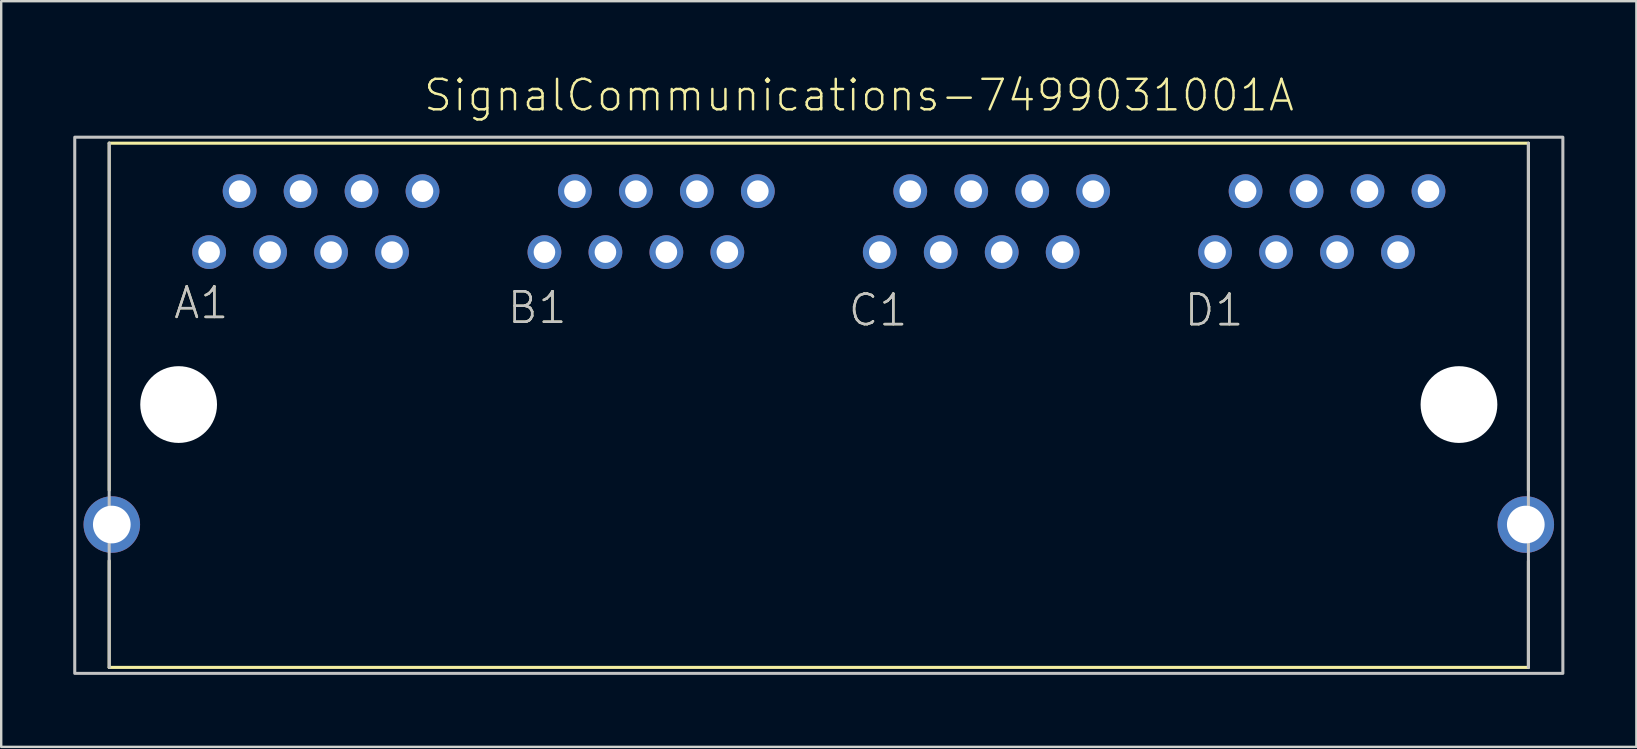
<source format=kicad_pcb>
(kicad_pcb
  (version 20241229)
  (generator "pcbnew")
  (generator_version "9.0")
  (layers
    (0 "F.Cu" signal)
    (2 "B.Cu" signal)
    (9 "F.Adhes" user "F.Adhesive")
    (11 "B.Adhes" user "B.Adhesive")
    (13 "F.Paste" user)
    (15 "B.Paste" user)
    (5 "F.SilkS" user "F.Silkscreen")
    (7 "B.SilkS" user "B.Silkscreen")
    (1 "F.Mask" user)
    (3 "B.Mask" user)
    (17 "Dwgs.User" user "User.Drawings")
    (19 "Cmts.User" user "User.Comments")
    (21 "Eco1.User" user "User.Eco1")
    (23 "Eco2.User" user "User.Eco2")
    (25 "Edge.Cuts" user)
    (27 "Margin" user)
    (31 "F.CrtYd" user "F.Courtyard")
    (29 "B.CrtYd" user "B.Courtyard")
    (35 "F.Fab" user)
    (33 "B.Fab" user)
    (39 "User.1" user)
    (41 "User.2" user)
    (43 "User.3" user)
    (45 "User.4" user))
  (footprint "SignalCommunications-7499031001A"
    (layer "F.Cu")
    (at 31.062 13.804)
    (property "Reference" "SignalCommunications-7499031001A" (at 1.674 -12.883 0) (layer "F.SilkS") (effects (font (size 1.27 1.27) (thickness 0.102))))
    (attr exclude_from_pos_files exclude_from_bom)
    (fp_line (start -29.563 -10.889) (end 29.563 -10.889) (stroke (width 0.127) (type solid)) (layer "F.SilkS"))
    (fp_line (start -29.563 3.569) (end -29.563 -10.889) (stroke (width 0.127) (type solid)) (layer "F.SilkS"))
    (fp_line (start -29.563 6.507) (end -29.563 10.95) (stroke (width 0.127) (type solid)) (layer "F.SilkS"))
    (fp_line (start 29.563 3.579) (end 29.563 -10.879) (stroke (width 0.127) (type solid)) (layer "F.SilkS"))
    (fp_line (start 29.563 6.518) (end 29.563 10.958) (stroke (width 0.127) (type solid)) (layer "F.SilkS"))
    (fp_line (start 29.563 10.95) (end -29.563 10.95) (stroke (width 0.127) (type solid)) (layer "F.SilkS"))
    (fp_line (start -29.563 10.95) (end -29.563 -10.889) (stroke (width 0.127) (type solid)) (layer "Dwgs.User"))
    (fp_line (start 29.563 -10.889) (end 29.563 10.95) (stroke (width 0.127) (type solid)) (layer "Dwgs.User"))
    (fp_poly (pts (xy -30.998 -11.138) (xy 30.998 -11.138) (xy 30.998 11.199) (xy -30.998 11.199) (xy -30.998 -11.138)) (stroke (width 0.127) (type solid)) (fill no) (layer "Dwgs.User"))
    (fp_text user "B1" (at -11.73 -4.034 0) (layer "F.SilkS") (effects (font (size 1.27 1.27) (thickness 0.102))))
    (fp_text user "D1" (at 16.469 -3.934 0) (layer "F.SilkS") (effects (font (size 1.27 1.27) (thickness 0.102))))
    (fp_text user "A1" (at -25.728 -4.234 0) (layer "F.SilkS") (effects (font (size 1.27 1.27) (thickness 0.102))))
    (fp_text user "C1" (at 2.469 -3.934 0) (layer "F.SilkS") (effects (font (size 1.27 1.27) (thickness 0.102))))
    (fp_text user "B1" (at -11.73 -4.034 0) (layer "Dwgs.User") (effects (font (size 1.27 1.27) (thickness 0.102))))
    (fp_text user "D1" (at 16.469 -3.934 0) (layer "Dwgs.User") (effects (font (size 1.27 1.27) (thickness 0.102))))
    (fp_text user "A1" (at -25.728 -4.234 0) (layer "Dwgs.User") (effects (font (size 1.27 1.27) (thickness 0.102))))
    (fp_text user "C1" (at 2.469 -3.934 0) (layer "Dwgs.User") (effects (font (size 1.27 1.27) (thickness 0.102))))
    (pad "" np_thru_hole circle (at -26.67 0) (size 3.198 3.198) (drill 3.198) (layers "*.Cu" "*.Mask"))
    (pad "" np_thru_hole circle (at 26.67 0) (size 3.198 3.198) (drill 3.198) (layers "*.Cu" "*.Mask"))
    (pad "A1" thru_hole circle (at -25.4 -6.35) (size 1.407 1.407) (drill 0.899) (layers "*.Cu" "*.Paste" "*.Mask"))
    (pad "A2" thru_hole circle (at -24.13 -8.89) (size 1.407 1.407) (drill 0.899) (layers "*.Cu" "*.Paste" "*.Mask"))
    (pad "A3" thru_hole circle (at -22.86 -6.35) (size 1.407 1.407) (drill 0.899) (layers "*.Cu" "*.Paste" "*.Mask"))
    (pad "A4" thru_hole circle (at -21.59 -8.89) (size 1.407 1.407) (drill 0.899) (layers "*.Cu" "*.Paste" "*.Mask"))
    (pad "A5" thru_hole circle (at -20.32 -6.35) (size 1.407 1.407) (drill 0.899) (layers "*.Cu" "*.Paste" "*.Mask"))
    (pad "A6" thru_hole circle (at -19.05 -8.89) (size 1.407 1.407) (drill 0.899) (layers "*.Cu" "*.Paste" "*.Mask"))
    (pad "A7" thru_hole circle (at -17.78 -6.35) (size 1.407 1.407) (drill 0.899) (layers "*.Cu" "*.Paste" "*.Mask"))
    (pad "A8" thru_hole circle (at -16.51 -8.89) (size 1.407 1.407) (drill 0.899) (layers "*.Cu" "*.Paste" "*.Mask"))
    (pad "B1" thru_hole circle (at -11.43 -6.35) (size 1.407 1.407) (drill 0.899) (layers "*.Cu" "*.Paste" "*.Mask"))
    (pad "B2" thru_hole circle (at -10.16 -8.89) (size 1.407 1.407) (drill 0.899) (layers "*.Cu" "*.Paste" "*.Mask"))
    (pad "B3" thru_hole circle (at -8.89 -6.35) (size 1.407 1.407) (drill 0.899) (layers "*.Cu" "*.Paste" "*.Mask"))
    (pad "B4" thru_hole circle (at -7.62 -8.89) (size 1.407 1.407) (drill 0.899) (layers "*.Cu" "*.Paste" "*.Mask"))
    (pad "B5" thru_hole circle (at -6.35 -6.35) (size 1.407 1.407) (drill 0.899) (layers "*.Cu" "*.Paste" "*.Mask"))
    (pad "B6" thru_hole circle (at -5.08 -8.89) (size 1.407 1.407) (drill 0.899) (layers "*.Cu" "*.Paste" "*.Mask"))
    (pad "B7" thru_hole circle (at -3.81 -6.35) (size 1.407 1.407) (drill 0.899) (layers "*.Cu" "*.Paste" "*.Mask"))
    (pad "B8" thru_hole circle (at -2.54 -8.89) (size 1.407 1.407) (drill 0.899) (layers "*.Cu" "*.Paste" "*.Mask"))
    (pad "C1" thru_hole circle (at 2.54 -6.35) (size 1.407 1.407) (drill 0.899) (layers "*.Cu" "*.Paste" "*.Mask"))
    (pad "C2" thru_hole circle (at 3.81 -8.89) (size 1.407 1.407) (drill 0.899) (layers "*.Cu" "*.Paste" "*.Mask"))
    (pad "C3" thru_hole circle (at 5.08 -6.35) (size 1.407 1.407) (drill 0.899) (layers "*.Cu" "*.Paste" "*.Mask"))
    (pad "C4" thru_hole circle (at 6.35 -8.89) (size 1.407 1.407) (drill 0.899) (layers "*.Cu" "*.Paste" "*.Mask"))
    (pad "C5" thru_hole circle (at 7.62 -6.35) (size 1.407 1.407) (drill 0.899) (layers "*.Cu" "*.Paste" "*.Mask"))
    (pad "C6" thru_hole circle (at 8.89 -8.89) (size 1.407 1.407) (drill 0.899) (layers "*.Cu" "*.Paste" "*.Mask"))
    (pad "C7" thru_hole circle (at 10.16 -6.35) (size 1.407 1.407) (drill 0.899) (layers "*.Cu" "*.Paste" "*.Mask"))
    (pad "C8" thru_hole circle (at 11.43 -8.89) (size 1.407 1.407) (drill 0.899) (layers "*.Cu" "*.Paste" "*.Mask"))
    (pad "D1" thru_hole circle (at 16.51 -6.35) (size 1.407 1.407) (drill 0.899) (layers "*.Cu" "*.Paste" "*.Mask"))
    (pad "D2" thru_hole circle (at 17.78 -8.89) (size 1.407 1.407) (drill 0.899) (layers "*.Cu" "*.Paste" "*.Mask"))
    (pad "D3" thru_hole circle (at 19.05 -6.35) (size 1.407 1.407) (drill 0.899) (layers "*.Cu" "*.Paste" "*.Mask"))
    (pad "D4" thru_hole circle (at 20.32 -8.89) (size 1.407 1.407) (drill 0.899) (layers "*.Cu" "*.Paste" "*.Mask"))
    (pad "D5" thru_hole circle (at 21.59 -6.35) (size 1.407 1.407) (drill 0.899) (layers "*.Cu" "*.Paste" "*.Mask"))
    (pad "D6" thru_hole circle (at 22.86 -8.89) (size 1.407 1.407) (drill 0.899) (layers "*.Cu" "*.Paste" "*.Mask"))
    (pad "D7" thru_hole circle (at 24.13 -6.35) (size 1.407 1.407) (drill 0.899) (layers "*.Cu" "*.Paste" "*.Mask"))
    (pad "D8" thru_hole circle (at 25.4 -8.89) (size 1.407 1.407) (drill 0.899) (layers "*.Cu" "*.Paste" "*.Mask"))
    (pad "SHEL" thru_hole circle (at -29.454 4.999) (size 2.355 2.355) (drill 1.57) (layers "*.Cu" "*.Paste" "*.Mask"))
    (pad "SHEL" thru_hole circle (at 29.454 4.999) (size 2.355 2.355) (drill 1.57) (layers "*.Cu" "*.Paste" "*.Mask")))
  (gr_rect
    (start -3 -3)
    (end 65.123 28.066)
    (stroke (width 0.1) (type default))
    (fill no)
    (layer "Edge.Cuts")))
</source>
